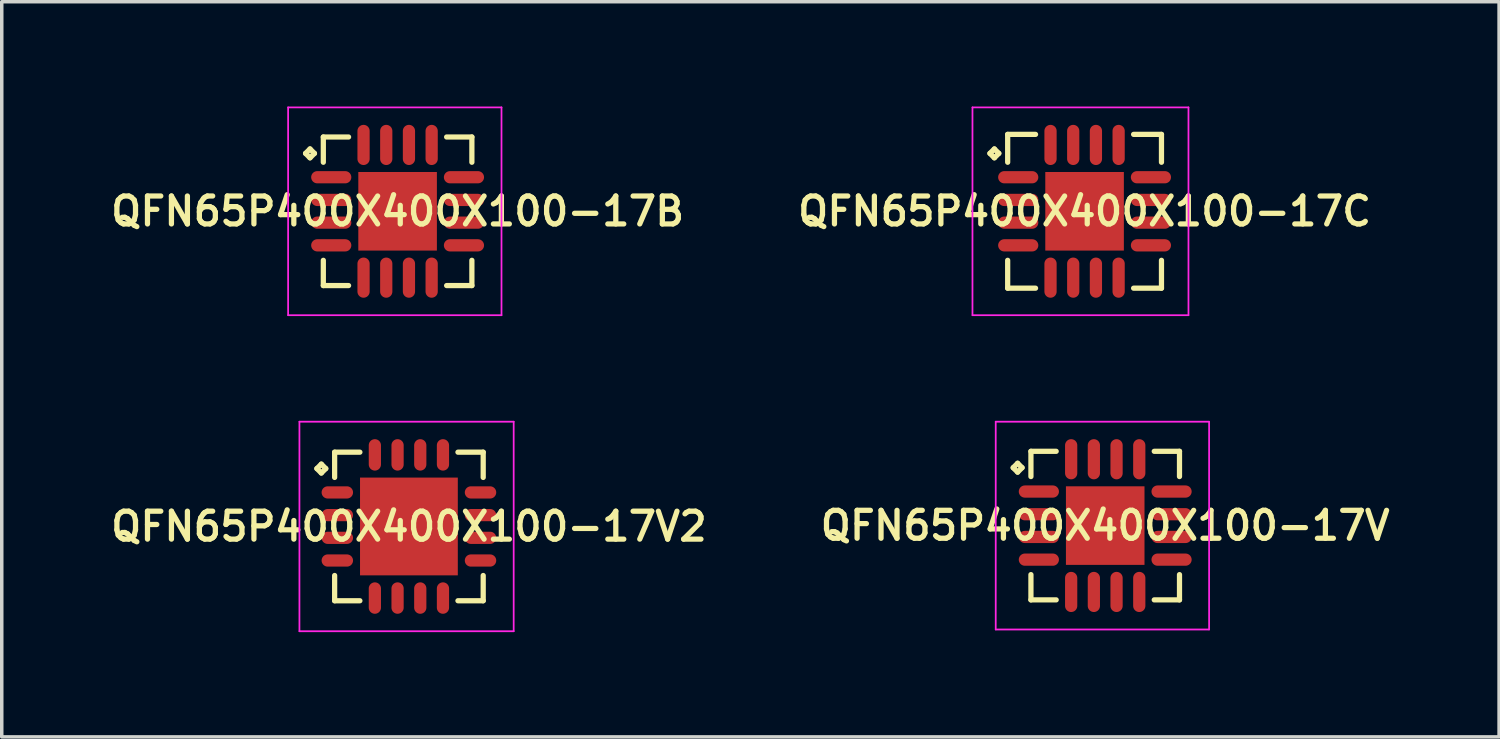
<source format=kicad_pcb>
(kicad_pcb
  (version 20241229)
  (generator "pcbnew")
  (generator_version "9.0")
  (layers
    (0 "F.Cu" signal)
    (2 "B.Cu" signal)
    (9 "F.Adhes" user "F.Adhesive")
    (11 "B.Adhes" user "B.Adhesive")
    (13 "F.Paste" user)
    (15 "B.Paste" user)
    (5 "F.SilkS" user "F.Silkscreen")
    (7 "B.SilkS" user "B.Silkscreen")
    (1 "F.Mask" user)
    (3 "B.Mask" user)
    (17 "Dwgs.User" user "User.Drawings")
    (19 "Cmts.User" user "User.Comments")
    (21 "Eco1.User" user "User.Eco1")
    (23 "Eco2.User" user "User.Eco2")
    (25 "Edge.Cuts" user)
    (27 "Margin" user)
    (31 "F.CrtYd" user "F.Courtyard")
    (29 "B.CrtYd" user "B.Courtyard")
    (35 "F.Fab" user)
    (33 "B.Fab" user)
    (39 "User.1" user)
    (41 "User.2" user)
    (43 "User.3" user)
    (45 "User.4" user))
  (footprint "QFN65P400X400X100-17B"
    (layer "F.Cu")
    (at 8.335 3)
    (property "Reference" "QFN65P400X400X100-17B" (at 0 0 0) (layer "F.SilkS") (effects (font (size 0.8 0.8) (thickness 0.15))))
    (attr smd)
    (fp_line (start -2.635 -1.658) (end -2.508 -1.785) (stroke (width 0.15) (type solid)) (layer "F.SilkS"))
    (fp_line (start -2.508 -1.785) (end -2.381 -1.658) (stroke (width 0.15) (type solid)) (layer "F.SilkS"))
    (fp_line (start -2.508 -1.531) (end -2.635 -1.658) (stroke (width 0.15) (type solid)) (layer "F.SilkS"))
    (fp_line (start -2.381 -1.658) (end -2.508 -1.531) (stroke (width 0.15) (type solid)) (layer "F.SilkS"))
    (fp_line (start -2.127 -2.127) (end -1.404 -2.127) (stroke (width 0.15) (type solid)) (layer "F.SilkS"))
    (fp_line (start -2.127 -1.404) (end -2.127 -2.127) (stroke (width 0.15) (type solid)) (layer "F.SilkS"))
    (fp_line (start -2.127 1.404) (end -2.127 2.127) (stroke (width 0.15) (type solid)) (layer "F.SilkS"))
    (fp_line (start -2.127 2.127) (end -1.404 2.127) (stroke (width 0.15) (type solid)) (layer "F.SilkS"))
    (fp_line (start 1.404 -2.127) (end 2.127 -2.127) (stroke (width 0.15) (type solid)) (layer "F.SilkS"))
    (fp_line (start 1.404 2.127) (end 2.127 2.127) (stroke (width 0.15) (type solid)) (layer "F.SilkS"))
    (fp_line (start 2.127 -2.127) (end 2.127 -1.404) (stroke (width 0.15) (type solid)) (layer "F.SilkS"))
    (fp_line (start 2.127 2.127) (end 2.127 1.404) (stroke (width 0.15) (type solid)) (layer "F.SilkS"))
    (fp_line (start -3.135 -2.975) (end 2.975 -2.975) (stroke (width 0.05) (type solid)) (layer "F.CrtYd"))
    (fp_line (start -3.135 2.975) (end -3.135 -2.975) (stroke (width 0.05) (type solid)) (layer "F.CrtYd"))
    (fp_line (start 2.975 -2.975) (end 2.975 2.975) (stroke (width 0.05) (type solid)) (layer "F.CrtYd"))
    (fp_line (start 2.975 2.975) (end -3.135 2.975) (stroke (width 0.05) (type solid)) (layer "F.CrtYd"))
    (pad "1" smd oval (at -1.9 -0.975) (size 1.15 0.35) (layers "F.Cu" "F.Mask" "F.Paste"))
    (pad "2" smd oval (at -1.9 -0.325) (size 1.15 0.35) (layers "F.Cu" "F.Mask" "F.Paste"))
    (pad "3" smd oval (at -1.9 0.325) (size 1.15 0.35) (layers "F.Cu" "F.Mask" "F.Paste"))
    (pad "4" smd oval (at -1.9 0.975) (size 1.15 0.35) (layers "F.Cu" "F.Mask" "F.Paste"))
    (pad "5" smd oval (at -0.975 1.9) (size 0.35 1.15) (layers "F.Cu" "F.Mask" "F.Paste"))
    (pad "6" smd oval (at -0.325 1.9) (size 0.35 1.15) (layers "F.Cu" "F.Mask" "F.Paste"))
    (pad "7" smd oval (at 0.325 1.9) (size 0.35 1.15) (layers "F.Cu" "F.Mask" "F.Paste"))
    (pad "8" smd oval (at 0.975 1.9) (size 0.35 1.15) (layers "F.Cu" "F.Mask" "F.Paste"))
    (pad "9" smd oval (at 1.9 0.975) (size 1.15 0.35) (layers "F.Cu" "F.Mask" "F.Paste"))
    (pad "10" smd oval (at 1.9 0.325) (size 1.15 0.35) (layers "F.Cu" "F.Mask" "F.Paste"))
    (pad "11" smd oval (at 1.9 -0.325) (size 1.15 0.35) (layers "F.Cu" "F.Mask" "F.Paste"))
    (pad "12" smd oval (at 1.9 -0.975) (size 1.15 0.35) (layers "F.Cu" "F.Mask" "F.Paste"))
    (pad "13" smd oval (at 0.975 -1.9) (size 0.35 1.15) (layers "F.Cu" "F.Mask" "F.Paste"))
    (pad "14" smd oval (at 0.325 -1.9) (size 0.35 1.15) (layers "F.Cu" "F.Mask" "F.Paste"))
    (pad "15" smd oval (at -0.325 -1.9) (size 0.35 1.15) (layers "F.Cu" "F.Mask" "F.Paste"))
    (pad "16" smd oval (at -0.975 -1.9) (size 0.35 1.15) (layers "F.Cu" "F.Mask" "F.Paste"))
    (pad "17" smd rect (at 0 0) (size 2.25 2.25) (layers "F.Cu" "F.Mask" "F.Paste")))
  (footprint "QFN65P400X400X100-17C"
    (layer "F.Cu")
    (at 28.006 3)
    (property "Reference" "QFN65P400X400X100-17C" (at 0 0 0) (layer "F.SilkS") (effects (font (size 0.8 0.8) (thickness 0.15))))
    (attr smd)
    (fp_line (start -2.71 -1.658) (end -2.583 -1.785) (stroke (width 0.15) (type solid)) (layer "F.SilkS"))
    (fp_line (start -2.583 -1.785) (end -2.456 -1.658) (stroke (width 0.15) (type solid)) (layer "F.SilkS"))
    (fp_line (start -2.583 -1.531) (end -2.71 -1.658) (stroke (width 0.15) (type solid)) (layer "F.SilkS"))
    (fp_line (start -2.456 -1.658) (end -2.583 -1.531) (stroke (width 0.15) (type solid)) (layer "F.SilkS"))
    (fp_line (start -2.202 -2.202) (end -1.404 -2.202) (stroke (width 0.15) (type solid)) (layer "F.SilkS"))
    (fp_line (start -2.202 -1.404) (end -2.202 -2.202) (stroke (width 0.15) (type solid)) (layer "F.SilkS"))
    (fp_line (start -2.202 1.404) (end -2.202 2.202) (stroke (width 0.15) (type solid)) (layer "F.SilkS"))
    (fp_line (start -2.202 2.202) (end -1.404 2.202) (stroke (width 0.15) (type solid)) (layer "F.SilkS"))
    (fp_line (start 1.404 -2.202) (end 2.202 -2.202) (stroke (width 0.15) (type solid)) (layer "F.SilkS"))
    (fp_line (start 1.404 2.202) (end 2.202 2.202) (stroke (width 0.15) (type solid)) (layer "F.SilkS"))
    (fp_line (start 2.202 -2.202) (end 2.202 -1.404) (stroke (width 0.15) (type solid)) (layer "F.SilkS"))
    (fp_line (start 2.202 2.202) (end 2.202 1.404) (stroke (width 0.15) (type solid)) (layer "F.SilkS"))
    (fp_line (start -3.21 -2.975) (end 2.975 -2.975) (stroke (width 0.05) (type solid)) (layer "F.CrtYd"))
    (fp_line (start -3.21 2.975) (end -3.21 -2.975) (stroke (width 0.05) (type solid)) (layer "F.CrtYd"))
    (fp_line (start 2.975 -2.975) (end 2.975 2.975) (stroke (width 0.05) (type solid)) (layer "F.CrtYd"))
    (fp_line (start 2.975 2.975) (end -3.21 2.975) (stroke (width 0.05) (type solid)) (layer "F.CrtYd"))
    (pad "1" smd oval (at -1.9 -0.975) (size 1.15 0.35) (layers "F.Cu" "F.Mask" "F.Paste"))
    (pad "2" smd oval (at -1.9 -0.325) (size 1.15 0.35) (layers "F.Cu" "F.Mask" "F.Paste"))
    (pad "3" smd oval (at -1.9 0.325) (size 1.15 0.35) (layers "F.Cu" "F.Mask" "F.Paste"))
    (pad "4" smd oval (at -1.9 0.975) (size 1.15 0.35) (layers "F.Cu" "F.Mask" "F.Paste"))
    (pad "5" smd oval (at -0.975 1.9) (size 0.35 1.15) (layers "F.Cu" "F.Mask" "F.Paste"))
    (pad "6" smd oval (at -0.325 1.9) (size 0.35 1.15) (layers "F.Cu" "F.Mask" "F.Paste"))
    (pad "7" smd oval (at 0.325 1.9) (size 0.35 1.15) (layers "F.Cu" "F.Mask" "F.Paste"))
    (pad "8" smd oval (at 0.975 1.9) (size 0.35 1.15) (layers "F.Cu" "F.Mask" "F.Paste"))
    (pad "9" smd oval (at 1.9 0.975) (size 1.15 0.35) (layers "F.Cu" "F.Mask" "F.Paste"))
    (pad "10" smd oval (at 1.9 0.325) (size 1.15 0.35) (layers "F.Cu" "F.Mask" "F.Paste"))
    (pad "11" smd oval (at 1.9 -0.325) (size 1.15 0.35) (layers "F.Cu" "F.Mask" "F.Paste"))
    (pad "12" smd oval (at 1.9 -0.975) (size 1.15 0.35) (layers "F.Cu" "F.Mask" "F.Paste"))
    (pad "13" smd oval (at 0.975 -1.9) (size 0.35 1.15) (layers "F.Cu" "F.Mask" "F.Paste"))
    (pad "14" smd oval (at 0.325 -1.9) (size 0.35 1.15) (layers "F.Cu" "F.Mask" "F.Paste"))
    (pad "15" smd oval (at -0.325 -1.9) (size 0.35 1.15) (layers "F.Cu" "F.Mask" "F.Paste"))
    (pad "16" smd oval (at -0.975 -1.9) (size 0.35 1.15) (layers "F.Cu" "F.Mask" "F.Paste"))
    (pad "17" smd rect (at 0 0) (size 2.25 2.25) (layers "F.Cu" "F.Mask" "F.Paste")))
  (footprint "QFN65P400X400X100-17V2"
    (layer "F.Cu")
    (at 8.659 12.025)
    (property "Reference" "QFN65P400X400X100-17V2" (at 0 0 0) (layer "F.SilkS") (effects (font (size 0.8 0.8) (thickness 0.15))))
    (attr smd)
    (fp_line (start -2.635 -1.658) (end -2.508 -1.785) (stroke (width 0.15) (type solid)) (layer "F.SilkS"))
    (fp_line (start -2.508 -1.785) (end -2.381 -1.658) (stroke (width 0.15) (type solid)) (layer "F.SilkS"))
    (fp_line (start -2.508 -1.531) (end -2.635 -1.658) (stroke (width 0.15) (type solid)) (layer "F.SilkS"))
    (fp_line (start -2.381 -1.658) (end -2.508 -1.531) (stroke (width 0.15) (type solid)) (layer "F.SilkS"))
    (fp_line (start -2.127 -2.127) (end -1.404 -2.127) (stroke (width 0.15) (type solid)) (layer "F.SilkS"))
    (fp_line (start -2.127 -1.404) (end -2.127 -2.127) (stroke (width 0.15) (type solid)) (layer "F.SilkS"))
    (fp_line (start -2.127 1.404) (end -2.127 2.127) (stroke (width 0.15) (type solid)) (layer "F.SilkS"))
    (fp_line (start -2.127 2.127) (end -1.404 2.127) (stroke (width 0.15) (type solid)) (layer "F.SilkS"))
    (fp_line (start 1.404 -2.127) (end 2.127 -2.127) (stroke (width 0.15) (type solid)) (layer "F.SilkS"))
    (fp_line (start 1.404 2.127) (end 2.127 2.127) (stroke (width 0.15) (type solid)) (layer "F.SilkS"))
    (fp_line (start 2.127 -2.127) (end 2.127 -1.404) (stroke (width 0.15) (type solid)) (layer "F.SilkS"))
    (fp_line (start 2.127 2.127) (end 2.127 1.404) (stroke (width 0.15) (type solid)) (layer "F.SilkS"))
    (fp_line (start -3.135 -3) (end 3 -3) (stroke (width 0.05) (type solid)) (layer "F.CrtYd"))
    (fp_line (start -3.135 3) (end -3.135 -3) (stroke (width 0.05) (type solid)) (layer "F.CrtYd"))
    (fp_line (start 3 -3) (end 3 3) (stroke (width 0.05) (type solid)) (layer "F.CrtYd"))
    (fp_line (start 3 3) (end -3.135 3) (stroke (width 0.05) (type solid)) (layer "F.CrtYd"))
    (pad "1" smd oval (at -2.05 -0.975) (size 0.9 0.35) (layers "F.Cu" "F.Mask" "F.Paste"))
    (pad "2" smd oval (at -2.05 -0.325) (size 0.9 0.35) (layers "F.Cu" "F.Mask" "F.Paste"))
    (pad "3" smd oval (at -2.05 0.325) (size 0.9 0.35) (layers "F.Cu" "F.Mask" "F.Paste"))
    (pad "4" smd oval (at -2.05 0.975) (size 0.9 0.35) (layers "F.Cu" "F.Mask" "F.Paste"))
    (pad "5" smd oval (at -0.975 2.05) (size 0.35 0.9) (layers "F.Cu" "F.Mask" "F.Paste"))
    (pad "6" smd oval (at -0.325 2.05) (size 0.35 0.9) (layers "F.Cu" "F.Mask" "F.Paste"))
    (pad "7" smd oval (at 0.325 2.05) (size 0.35 0.9) (layers "F.Cu" "F.Mask" "F.Paste"))
    (pad "8" smd oval (at 0.975 2.05) (size 0.35 0.9) (layers "F.Cu" "F.Mask" "F.Paste"))
    (pad "9" smd oval (at 2.05 0.975) (size 0.9 0.35) (layers "F.Cu" "F.Mask" "F.Paste"))
    (pad "10" smd oval (at 2.05 0.325) (size 0.9 0.35) (layers "F.Cu" "F.Mask" "F.Paste"))
    (pad "11" smd oval (at 2.05 -0.325) (size 0.9 0.35) (layers "F.Cu" "F.Mask" "F.Paste"))
    (pad "12" smd oval (at 2.05 -0.975) (size 0.9 0.35) (layers "F.Cu" "F.Mask" "F.Paste"))
    (pad "13" smd oval (at 0.975 -2.05) (size 0.35 0.9) (layers "F.Cu" "F.Mask" "F.Paste"))
    (pad "14" smd oval (at 0.325 -2.05) (size 0.35 0.9) (layers "F.Cu" "F.Mask" "F.Paste"))
    (pad "15" smd oval (at -0.325 -2.05) (size 0.35 0.9) (layers "F.Cu" "F.Mask" "F.Paste"))
    (pad "16" smd oval (at -0.975 -2.05) (size 0.35 0.9) (layers "F.Cu" "F.Mask" "F.Paste"))
    (pad "17" smd rect (at 0 0) (size 2.8 2.8) (layers "F.Cu" "F.Mask" "F.Paste")))
  (footprint "QFN65P400X400X100-17V"
    (layer "F.Cu")
    (at 28.597 12)
    (property "Reference" "QFN65P400X400X100-17V" (at 0 0 0) (layer "F.SilkS") (effects (font (size 0.8 0.8) (thickness 0.15))))
    (attr smd)
    (fp_line (start -2.635 -1.658) (end -2.508 -1.785) (stroke (width 0.15) (type solid)) (layer "F.SilkS"))
    (fp_line (start -2.508 -1.785) (end -2.381 -1.658) (stroke (width 0.15) (type solid)) (layer "F.SilkS"))
    (fp_line (start -2.508 -1.531) (end -2.635 -1.658) (stroke (width 0.15) (type solid)) (layer "F.SilkS"))
    (fp_line (start -2.381 -1.658) (end -2.508 -1.531) (stroke (width 0.15) (type solid)) (layer "F.SilkS"))
    (fp_line (start -2.127 -2.127) (end -1.404 -2.127) (stroke (width 0.15) (type solid)) (layer "F.SilkS"))
    (fp_line (start -2.127 -1.404) (end -2.127 -2.127) (stroke (width 0.15) (type solid)) (layer "F.SilkS"))
    (fp_line (start -2.127 1.404) (end -2.127 2.127) (stroke (width 0.15) (type solid)) (layer "F.SilkS"))
    (fp_line (start -2.127 2.127) (end -1.404 2.127) (stroke (width 0.15) (type solid)) (layer "F.SilkS"))
    (fp_line (start 1.404 -2.127) (end 2.127 -2.127) (stroke (width 0.15) (type solid)) (layer "F.SilkS"))
    (fp_line (start 1.404 2.127) (end 2.127 2.127) (stroke (width 0.15) (type solid)) (layer "F.SilkS"))
    (fp_line (start 2.127 -2.127) (end 2.127 -1.404) (stroke (width 0.15) (type solid)) (layer "F.SilkS"))
    (fp_line (start 2.127 2.127) (end 2.127 1.404) (stroke (width 0.15) (type solid)) (layer "F.SilkS"))
    (fp_line (start -3.135 -2.975) (end 2.975 -2.975) (stroke (width 0.05) (type solid)) (layer "F.CrtYd"))
    (fp_line (start -3.135 2.975) (end -3.135 -2.975) (stroke (width 0.05) (type solid)) (layer "F.CrtYd"))
    (fp_line (start 2.975 -2.975) (end 2.975 2.975) (stroke (width 0.05) (type solid)) (layer "F.CrtYd"))
    (fp_line (start 2.975 2.975) (end -3.135 2.975) (stroke (width 0.05) (type solid)) (layer "F.CrtYd"))
    (pad "1" smd oval (at -1.9 -0.975) (size 1.15 0.35) (layers "F.Cu" "F.Mask" "F.Paste"))
    (pad "2" smd oval (at -1.9 -0.325) (size 1.15 0.35) (layers "F.Cu" "F.Mask" "F.Paste"))
    (pad "3" smd oval (at -1.9 0.325) (size 1.15 0.35) (layers "F.Cu" "F.Mask" "F.Paste"))
    (pad "4" smd oval (at -1.9 0.975) (size 1.15 0.35) (layers "F.Cu" "F.Mask" "F.Paste"))
    (pad "5" smd oval (at -0.975 1.9) (size 0.35 1.15) (layers "F.Cu" "F.Mask" "F.Paste"))
    (pad "6" smd oval (at -0.325 1.9) (size 0.35 1.15) (layers "F.Cu" "F.Mask" "F.Paste"))
    (pad "7" smd oval (at 0.325 1.9) (size 0.35 1.15) (layers "F.Cu" "F.Mask" "F.Paste"))
    (pad "8" smd oval (at 0.975 1.9) (size 0.35 1.15) (layers "F.Cu" "F.Mask" "F.Paste"))
    (pad "9" smd oval (at 1.9 0.975) (size 1.15 0.35) (layers "F.Cu" "F.Mask" "F.Paste"))
    (pad "10" smd oval (at 1.9 0.325) (size 1.15 0.35) (layers "F.Cu" "F.Mask" "F.Paste"))
    (pad "11" smd oval (at 1.9 -0.325) (size 1.15 0.35) (layers "F.Cu" "F.Mask" "F.Paste"))
    (pad "12" smd oval (at 1.9 -0.975) (size 1.15 0.35) (layers "F.Cu" "F.Mask" "F.Paste"))
    (pad "13" smd oval (at 0.975 -1.9) (size 0.35 1.15) (layers "F.Cu" "F.Mask" "F.Paste"))
    (pad "14" smd oval (at 0.325 -1.9) (size 0.35 1.15) (layers "F.Cu" "F.Mask" "F.Paste"))
    (pad "15" smd oval (at -0.325 -1.9) (size 0.35 1.15) (layers "F.Cu" "F.Mask" "F.Paste"))
    (pad "16" smd oval (at -0.975 -1.9) (size 0.35 1.15) (layers "F.Cu" "F.Mask" "F.Paste"))
    (pad "17" smd rect (at 0 0) (size 2.25 2.25) (layers "F.Cu" "F.Mask" "F.Paste")))
  (gr_rect
    (start -3 -3)
    (end 39.875 18.05)
    (stroke (width 0.1) (type default))
    (fill no)
    (layer "Edge.Cuts")))
</source>
